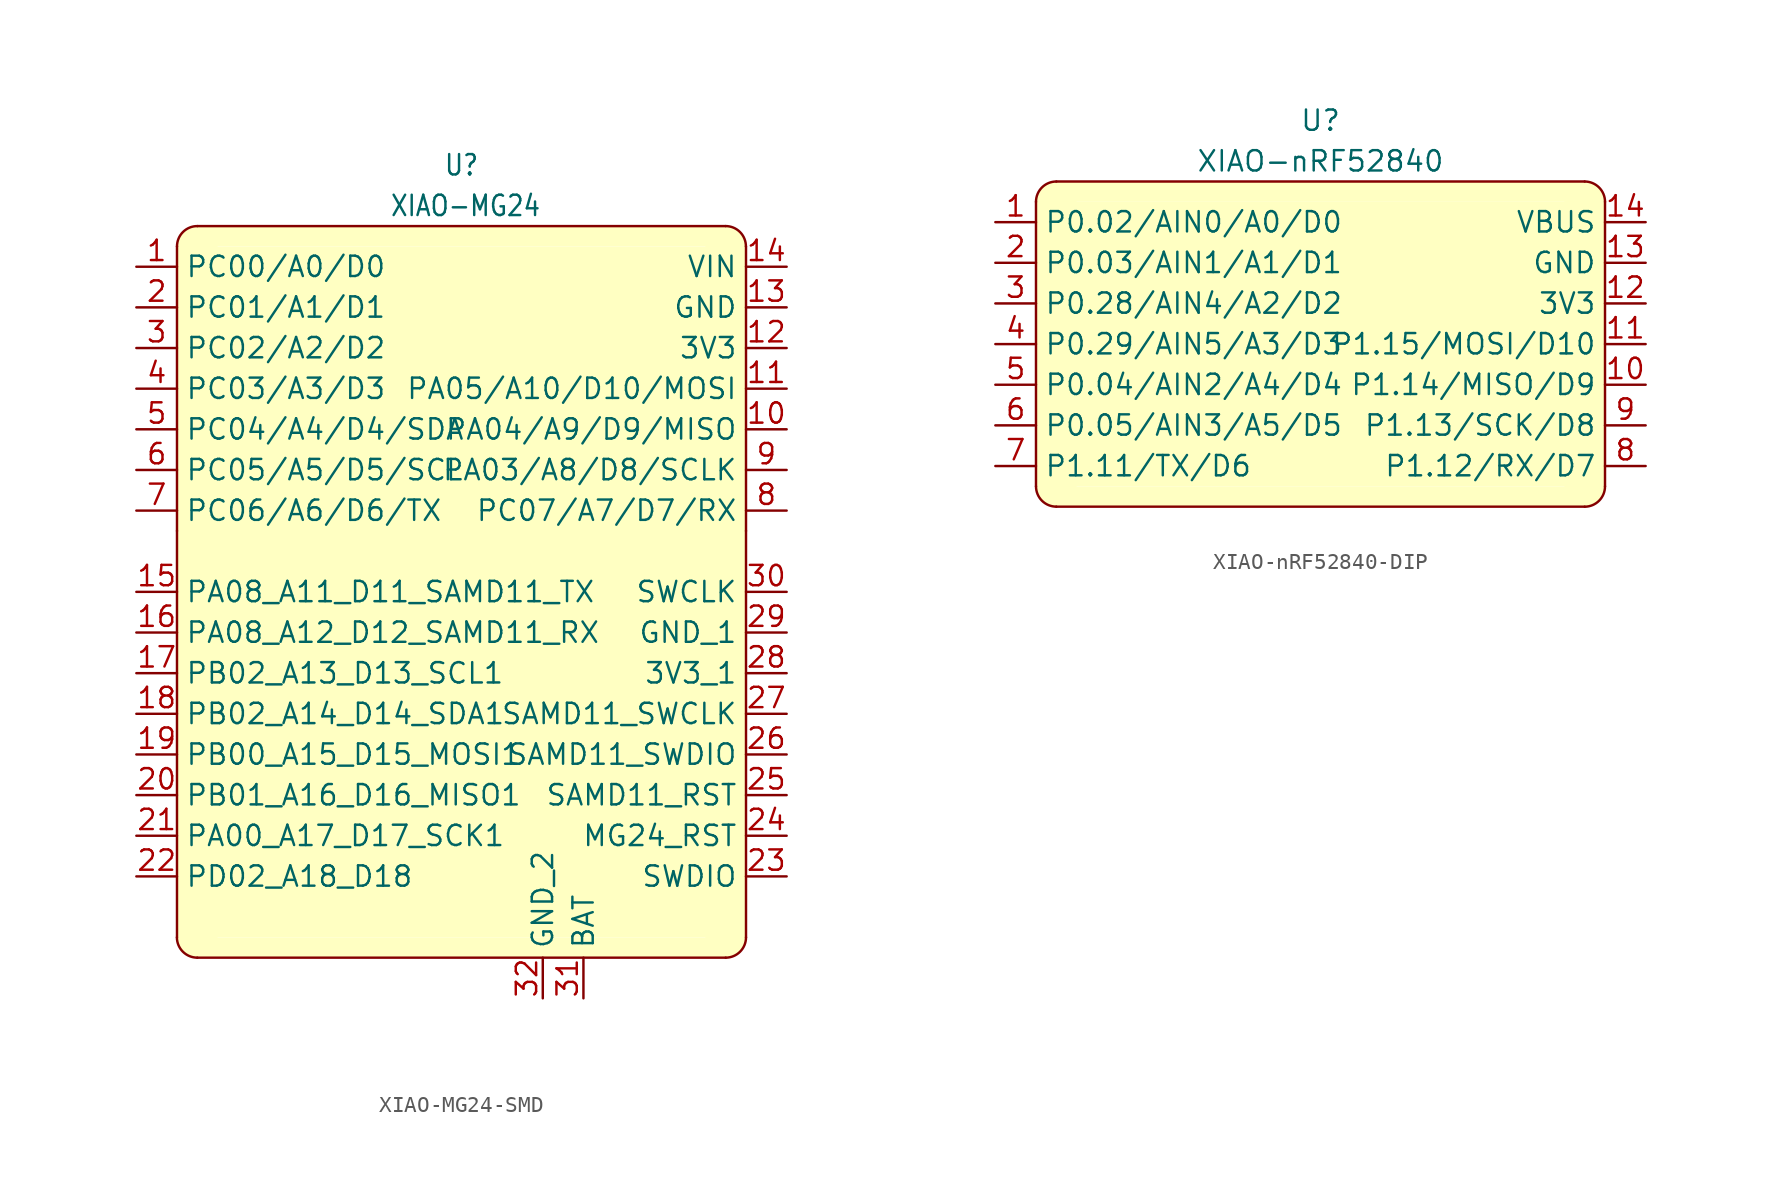
<source format=kicad_sym>
(kicad_symbol_lib
  (version 20241209)
  (generator "kicad_symbol_editor")
  (generator_version "9.0")
  (symbol "XIAO-MG24-SMD"
    (property "Reference" "U"
      (at 0 13.97 0)
      (effects (font (size 1.27 1.079))))
    (property "Value" "XIAO-MG24"
      (at 0.254 11.43 0)
      (effects (font (size 1.27 1.079))))
    (symbol "XIAO-MG24-SMD_0_1"
      (polyline (pts (xy -17.78 -8.89) (xy -17.78 -34.29)) (stroke (width 0) (type default)) (fill (type none)))
      (polyline (pts (xy 17.78 -8.89) (xy 17.78 -34.29)) (stroke (width 0) (type default)) (fill (type none))))
    (symbol "XIAO-MG24-SMD_1_0"
      (pin passive line (at -20.32 7.62 0) (length 2.54) (name "PC00/A0/D0" (effects (font (size 1.27 1.27)))) (number "1" (effects (font (size 1.27 1.27)))))
      (pin passive line (at -20.32 5.08 0) (length 2.54) (name "PC01/A1/D1" (effects (font (size 1.27 1.27)))) (number "2" (effects (font (size 1.27 1.27)))))
      (pin passive line (at -20.32 2.54 0) (length 2.54) (name "PC02/A2/D2" (effects (font (size 1.27 1.27)))) (number "3" (effects (font (size 1.27 1.27)))))
      (pin passive line (at -20.32 0 0) (length 2.54) (name "PC03/A3/D3" (effects (font (size 1.27 1.27)))) (number "4" (effects (font (size 1.27 1.27)))))
      (pin passive line (at -20.32 -2.54 0) (length 2.54) (name "PC04/A4/D4/SDA" (effects (font (size 1.27 1.27)))) (number "5" (effects (font (size 1.27 1.27)))))
      (pin passive line (at -20.32 -5.08 0) (length 2.54) (name "PC05/A5/D5/SCL" (effects (font (size 1.27 1.27)))) (number "6" (effects (font (size 1.27 1.27)))))
      (pin passive line (at -20.32 -7.62 0) (length 2.54) (name "PC06/A6/D6/TX" (effects (font (size 1.27 1.27)))) (number "7" (effects (font (size 1.27 1.27)))))
      (pin passive line (at 20.32 7.62 180) (length 2.54) (name "VIN" (effects (font (size 1.27 1.27)))) (number "14" (effects (font (size 1.27 1.27)))))
      (pin passive line (at 20.32 5.08 180) (length 2.54) (name "GND" (effects (font (size 1.27 1.27)))) (number "13" (effects (font (size 1.27 1.27)))))
      (pin passive line (at 20.32 2.54 180) (length 2.54) (name "3V3" (effects (font (size 1.27 1.27)))) (number "12" (effects (font (size 1.27 1.27)))))
      (pin passive line (at 20.32 0 180) (length 2.54) (name "PA05/A10/D10/MOSI" (effects (font (size 1.27 1.27)))) (number "11" (effects (font (size 1.27 1.27)))))
      (pin passive line (at 20.32 -2.54 180) (length 2.54) (name "PA04/A9/D9/MISO" (effects (font (size 1.27 1.27)))) (number "10" (effects (font (size 1.27 1.27)))))
      (pin passive line (at 20.32 -5.08 180) (length 2.54) (name "PA03/A8/D8/SCLK" (effects (font (size 1.27 1.27)))) (number "9" (effects (font (size 1.27 1.27)))))
      (pin passive line (at 20.32 -7.62 180) (length 2.54) (name "PC07/A7/D7/RX" (effects (font (size 1.27 1.27)))) (number "8" (effects (font (size 1.27 1.27))))))
    (symbol "XIAO-MG24-SMD_1_1"
      (rectangle (start -17.78 8.89) (end 17.78 -34.29) (stroke (width -0.0001) (type solid)) (fill (type background)))
      (polyline (pts (xy -17.78 -8.89) (xy -17.78 8.89)) (stroke (width 0) (type default)) (fill (type none)))
      (rectangle (start -16.51 10.16) (end 16.51 8.89) (stroke (width -0.0001) (type solid)) (fill (type background)))
      (polyline (pts (xy -16.51 10.16) (xy 16.51 10.16)) (stroke (width 0) (type default)) (fill (type none)))
      (circle (center -16.51 8.89) (radius 1.27) (stroke (width -0.0001) (type solid)) (fill (type background)))
      (circle (center -16.51 -34.29) (radius 1.27) (stroke (width -0.0001) (type solid)) (fill (type background)))
      (rectangle (start -16.51 -34.29) (end 16.51 -35.56) (stroke (width -0.0001) (type solid)) (fill (type background)))
      (polyline (pts (xy -16.51 -35.56) (xy 16.51 -35.56)) (stroke (width 0) (type default)) (fill (type none)))
      (arc (start -17.78 8.89) (mid -17.408 9.788) (end -16.51 10.16) (stroke (width 0) (type default)) (fill (type none)))
      (arc (start -16.51 -35.56) (mid -17.408 -35.188) (end -17.78 -34.29) (stroke (width 0) (type default)) (fill (type none)))
      (arc (start 16.51 10.16) (mid 17.408 9.788) (end 17.78 8.89) (stroke (width 0) (type default)) (fill (type none)))
      (circle (center 16.51 8.89) (radius 1.27) (stroke (width -0.0001) (type solid)) (fill (type background)))
      (circle (center 16.51 -34.29) (radius 1.27) (stroke (width -0.0001) (type solid)) (fill (type background)))
      (arc (start 17.78 -34.29) (mid 17.408 -35.188) (end 16.51 -35.56) (stroke (width 0) (type default)) (fill (type none)))
      (polyline (pts (xy 17.78 -8.89) (xy 17.78 8.89)) (stroke (width 0) (type default)) (fill (type none)))
      (pin passive line (at -20.32 -12.7 0) (length 2.54) (name "PA08_A11_D11_SAMD11_TX" (effects (font (size 1.27 1.27)))) (number "15" (effects (font (size 1.27 1.27)))))
      (pin passive line (at -20.32 -15.24 0) (length 2.54) (name "PA08_A12_D12_SAMD11_RX" (effects (font (size 1.27 1.27)))) (number "16" (effects (font (size 1.27 1.27)))))
      (pin passive line (at -20.32 -17.78 0) (length 2.54) (name "PB02_A13_D13_SCL1" (effects (font (size 1.27 1.27)))) (number "17" (effects (font (size 1.27 1.27)))))
      (pin passive line (at -20.32 -20.32 0) (length 2.54) (name "PB02_A14_D14_SDA1" (effects (font (size 1.27 1.27)))) (number "18" (effects (font (size 1.27 1.27)))))
      (pin passive line (at -20.32 -22.86 0) (length 2.54) (name "PB00_A15_D15_MOSI1" (effects (font (size 1.27 1.27)))) (number "19" (effects (font (size 1.27 1.27)))))
      (pin passive line (at -20.32 -25.4 0) (length 2.54) (name "PB01_A16_D16_MISO1" (effects (font (size 1.27 1.27)))) (number "20" (effects (font (size 1.27 1.27)))))
      (pin passive line (at -20.32 -27.94 0) (length 2.54) (name "PA00_A17_D17_SCK1" (effects (font (size 1.27 1.27)))) (number "21" (effects (font (size 1.27 1.27)))))
      (pin passive line (at -20.32 -30.48 0) (length 2.54) (name "PD02_A18_D18" (effects (font (size 1.27 1.27)))) (number "22" (effects (font (size 1.27 1.27)))))
      (pin passive line (at 5.08 -38.1 90) (length 2.54) (name "GND_2" (effects (font (size 1.27 1.27)))) (number "32" (effects (font (size 1.27 1.27)))))
      (pin passive line (at 7.62 -38.1 90) (length 2.54) (name "BAT" (effects (font (size 1.27 1.27)))) (number "31" (effects (font (size 1.27 1.27)))))
      (pin passive line (at 20.32 -12.7 180) (length 2.54) (name "SWCLK" (effects (font (size 1.27 1.27)))) (number "30" (effects (font (size 1.27 1.27)))))
      (pin passive line (at 20.32 -15.24 180) (length 2.54) (name "GND_1" (effects (font (size 1.27 1.27)))) (number "29" (effects (font (size 1.27 1.27)))))
      (pin passive line (at 20.32 -17.78 180) (length 2.54) (name "3V3_1" (effects (font (size 1.27 1.27)))) (number "28" (effects (font (size 1.27 1.27)))))
      (pin passive line (at 20.32 -20.32 180) (length 2.54) (name "SAMD11_SWCLK" (effects (font (size 1.27 1.27)))) (number "27" (effects (font (size 1.27 1.27)))))
      (pin passive line (at 20.32 -22.86 180) (length 2.54) (name "SAMD11_SWDIO" (effects (font (size 1.27 1.27)))) (number "26" (effects (font (size 1.27 1.27)))))
      (pin passive line (at 20.32 -25.4 180) (length 2.54) (name "SAMD11_RST" (effects (font (size 1.27 1.27)))) (number "25" (effects (font (size 1.27 1.27)))))
      (pin passive line (at 20.32 -27.94 180) (length 2.54) (name "MG24_RST" (effects (font (size 1.27 1.27)))) (number "24" (effects (font (size 1.27 1.27)))))
      (pin passive line (at 20.32 -30.48 180) (length 2.54) (name "SWDIO" (effects (font (size 1.27 1.27)))) (number "23" (effects (font (size 1.27 1.27)))))))
  (symbol "XIAO-nRF52840-DIP"
    (property "Reference" "U"
      (at 0 13.97 0)
      (effects (font (size 1.27 1.27))))
    (property "Value" "XIAO-nRF52840"
      (at 0 11.43 0)
      (effects (font (size 1.27 1.27))))
    (symbol "XIAO-nRF52840-DIP_1_0"
      (pin passive line (at -20.32 7.62 0) (length 2.54) (name "P0.02/AIN0/A0/D0" (effects (font (size 1.27 1.27)))) (number "1" (effects (font (size 1.27 1.27)))))
      (pin passive line (at -20.32 5.08 0) (length 2.54) (name "P0.03/AIN1/A1/D1" (effects (font (size 1.27 1.27)))) (number "2" (effects (font (size 1.27 1.27)))))
      (pin passive line (at -20.32 2.54 0) (length 2.54) (name "P0.28/AIN4/A2/D2" (effects (font (size 1.27 1.27)))) (number "3" (effects (font (size 1.27 1.27)))))
      (pin passive line (at -20.32 0 0) (length 2.54) (name "P0.29/AIN5/A3/D3" (effects (font (size 1.27 1.27)))) (number "4" (effects (font (size 1.27 1.27)))))
      (pin passive line (at -20.32 -2.54 0) (length 2.54) (name "P0.04/AIN2/A4/D4" (effects (font (size 1.27 1.27)))) (number "5" (effects (font (size 1.27 1.27)))))
      (pin passive line (at -20.32 -5.08 0) (length 2.54) (name "P0.05/AIN3/A5/D5" (effects (font (size 1.27 1.27)))) (number "6" (effects (font (size 1.27 1.27)))))
      (pin passive line (at -20.32 -7.62 0) (length 2.54) (name "P1.11/TX/D6" (effects (font (size 1.27 1.27)))) (number "7" (effects (font (size 1.27 1.27)))))
      (pin passive line (at 20.32 7.62 180) (length 2.54) (name "VBUS" (effects (font (size 1.27 1.27)))) (number "14" (effects (font (size 1.27 1.27)))))
      (pin passive line (at 20.32 5.08 180) (length 2.54) (name "GND" (effects (font (size 1.27 1.27)))) (number "13" (effects (font (size 1.27 1.27)))))
      (pin passive line (at 20.32 2.54 180) (length 2.54) (name "3V3" (effects (font (size 1.27 1.27)))) (number "12" (effects (font (size 1.27 1.27)))))
      (pin passive line (at 20.32 0 180) (length 2.54) (name "P1.15/MOSI/D10" (effects (font (size 1.27 1.27)))) (number "11" (effects (font (size 1.27 1.27)))))
      (pin passive line (at 20.32 -2.54 180) (length 2.54) (name "P1.14/MISO/D9" (effects (font (size 1.27 1.27)))) (number "10" (effects (font (size 1.27 1.27)))))
      (pin passive line (at 20.32 -5.08 180) (length 2.54) (name "P1.13/SCK/D8" (effects (font (size 1.27 1.27)))) (number "9" (effects (font (size 1.27 1.27)))))
      (pin passive line (at 20.32 -7.62 180) (length 2.54) (name "P1.12/RX/D7" (effects (font (size 1.27 1.27)))) (number "8" (effects (font (size 1.27 1.27))))))
    (symbol "XIAO-nRF52840-DIP_1_1"
      (rectangle (start -17.78 8.89) (end 17.78 -8.89) (stroke (width -0.0001) (type solid)) (fill (type background)))
      (polyline (pts (xy -17.78 -8.89) (xy -17.78 8.89)) (stroke (width 0) (type default)) (fill (type none)))
      (rectangle (start -16.51 10.16) (end 16.51 8.89) (stroke (width -0.0001) (type solid)) (fill (type background)))
      (polyline (pts (xy -16.51 10.16) (xy 16.51 10.16)) (stroke (width 0) (type default)) (fill (type none)))
      (circle (center -16.51 8.89) (radius 1.27) (stroke (width -0.0001) (type solid)) (fill (type background)))
      (circle (center -16.51 -8.89) (radius 1.27) (stroke (width -0.0001) (type solid)) (fill (type background)))
      (rectangle (start -16.51 -8.89) (end 16.51 -10.16) (stroke (width -0.0001) (type solid)) (fill (type background)))
      (polyline (pts (xy -16.51 -10.16) (xy 16.51 -10.16)) (stroke (width 0) (type default)) (fill (type none)))
      (arc (start -17.78 8.89) (mid -17.408 9.788) (end -16.51 10.16) (stroke (width 0) (type default)) (fill (type none)))
      (arc (start -16.51 -10.16) (mid -17.408 -9.788) (end -17.78 -8.89) (stroke (width 0) (type default)) (fill (type none)))
      (arc (start 16.51 10.16) (mid 17.408 9.788) (end 17.78 8.89) (stroke (width 0) (type default)) (fill (type none)))
      (circle (center 16.51 8.89) (radius 1.27) (stroke (width -0.0001) (type solid)) (fill (type background)))
      (circle (center 16.51 -8.89) (radius 1.27) (stroke (width -0.0001) (type solid)) (fill (type background)))
      (arc (start 17.78 -8.89) (mid 17.408 -9.788) (end 16.51 -10.16) (stroke (width 0) (type default)) (fill (type none)))
      (polyline (pts (xy 17.78 -8.89) (xy 17.78 8.89)) (stroke (width 0) (type default)) (fill (type none))))))
</source>
